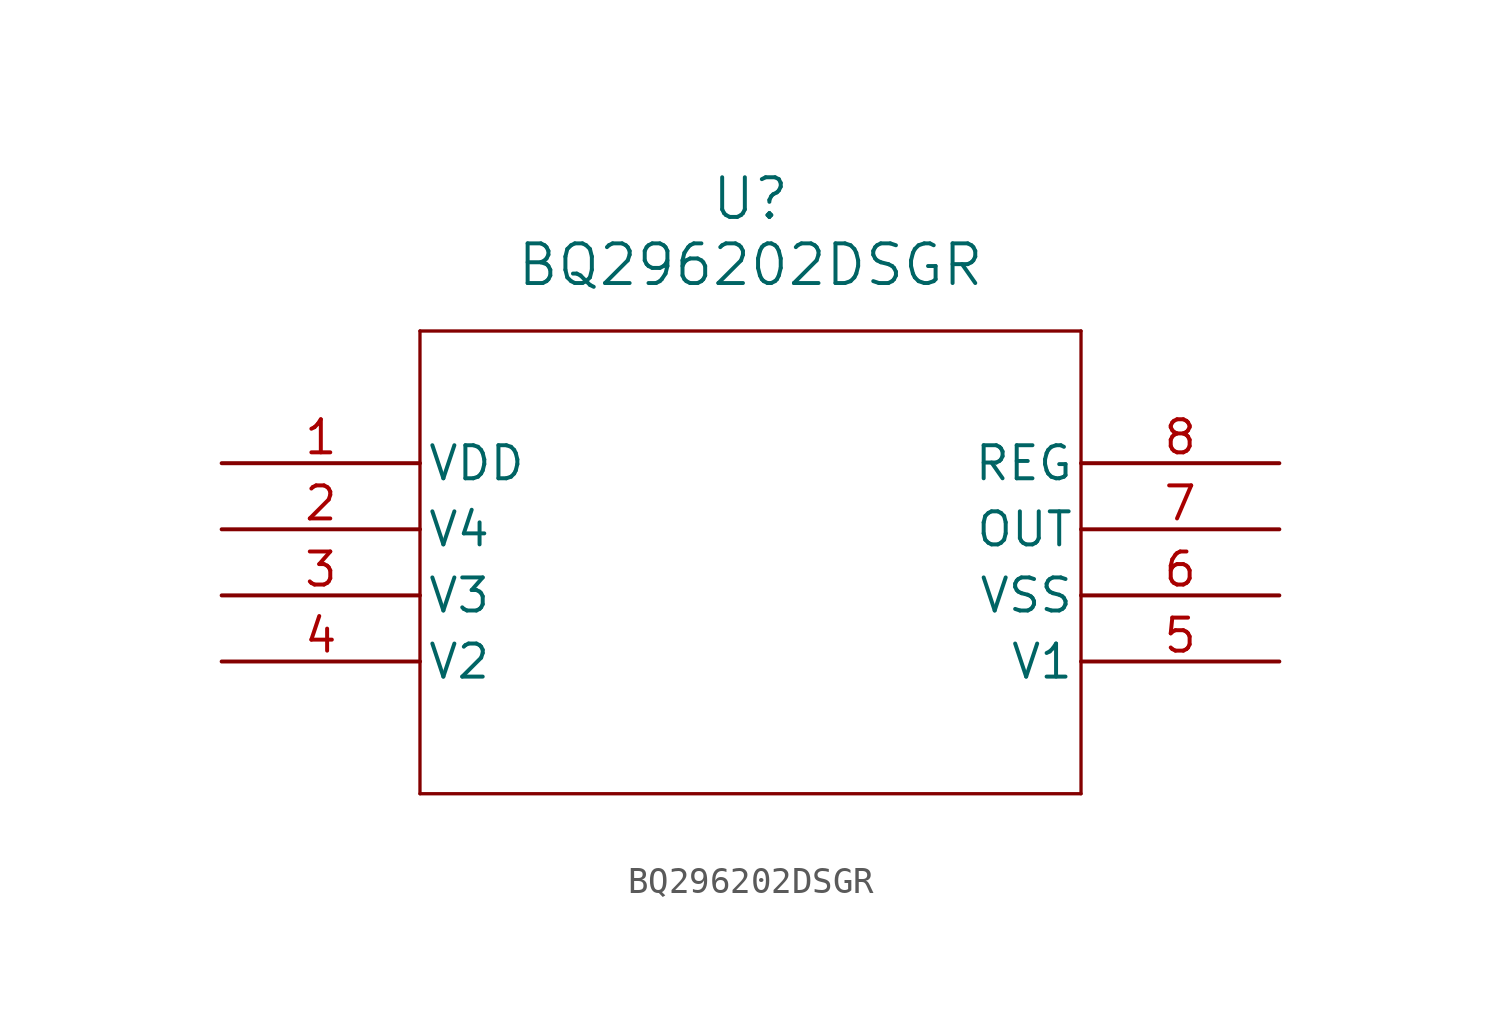
<source format=kicad_sym>
(kicad_symbol_lib
  (version 20211014)
  (generator kicad_symbol_editor)
  (symbol "BQ296202DSGR"
    (pin_names
      (offset 0.254))
    (property "Reference" "U"
      (at 20.32 10.16 0)
      (effects (font (size 1.524 1.524))))
    (property "Value" "BQ296202DSGR"
      (at 20.32 7.62 0)
      (effects (font (size 1.524 1.524))))
    (symbol "BQ296202DSGR_0_1"
      (polyline (pts (xy 7.62 5.08) (xy 7.62 -12.7)) (stroke (width 0.127) (type default) (color 0 0 0 0)) (fill (type none)))
      (polyline (pts (xy 7.62 -12.7) (xy 33.02 -12.7)) (stroke (width 0.127) (type default) (color 0 0 0 0)) (fill (type none)))
      (polyline (pts (xy 33.02 -12.7) (xy 33.02 5.08)) (stroke (width 0.127) (type default) (color 0 0 0 0)) (fill (type none)))
      (polyline (pts (xy 33.02 5.08) (xy 7.62 5.08)) (stroke (width 0.127) (type default) (color 0 0 0 0)) (fill (type none)))
      (pin power_in line (at 0 0 0) (length 7.62) (name "VDD" (effects (font (size 1.27 1.27)))) (number "1" (effects (font (size 1.27 1.27)))))
      (pin input line (at 0 -2.54 0) (length 7.62) (name "V4" (effects (font (size 1.27 1.27)))) (number "2" (effects (font (size 1.27 1.27)))))
      (pin input line (at 0 -5.08 0) (length 7.62) (name "V3" (effects (font (size 1.27 1.27)))) (number "3" (effects (font (size 1.27 1.27)))))
      (pin input line (at 0 -7.62 0) (length 7.62) (name "V2" (effects (font (size 1.27 1.27)))) (number "4" (effects (font (size 1.27 1.27)))))
      (pin input line (at 40.64 -7.62 180) (length 7.62) (name "V1" (effects (font (size 1.27 1.27)))) (number "5" (effects (font (size 1.27 1.27)))))
      (pin power_in line (at 40.64 -5.08 180) (length 7.62) (name "VSS" (effects (font (size 1.27 1.27)))) (number "6" (effects (font (size 1.27 1.27)))))
      (pin output line (at 40.64 -2.54 180) (length 7.62) (name "OUT" (effects (font (size 1.27 1.27)))) (number "7" (effects (font (size 1.27 1.27)))))
      (pin output line (at 40.64 0 180) (length 7.62) (name "REG" (effects (font (size 1.27 1.27)))) (number "8" (effects (font (size 1.27 1.27))))))))
</source>
